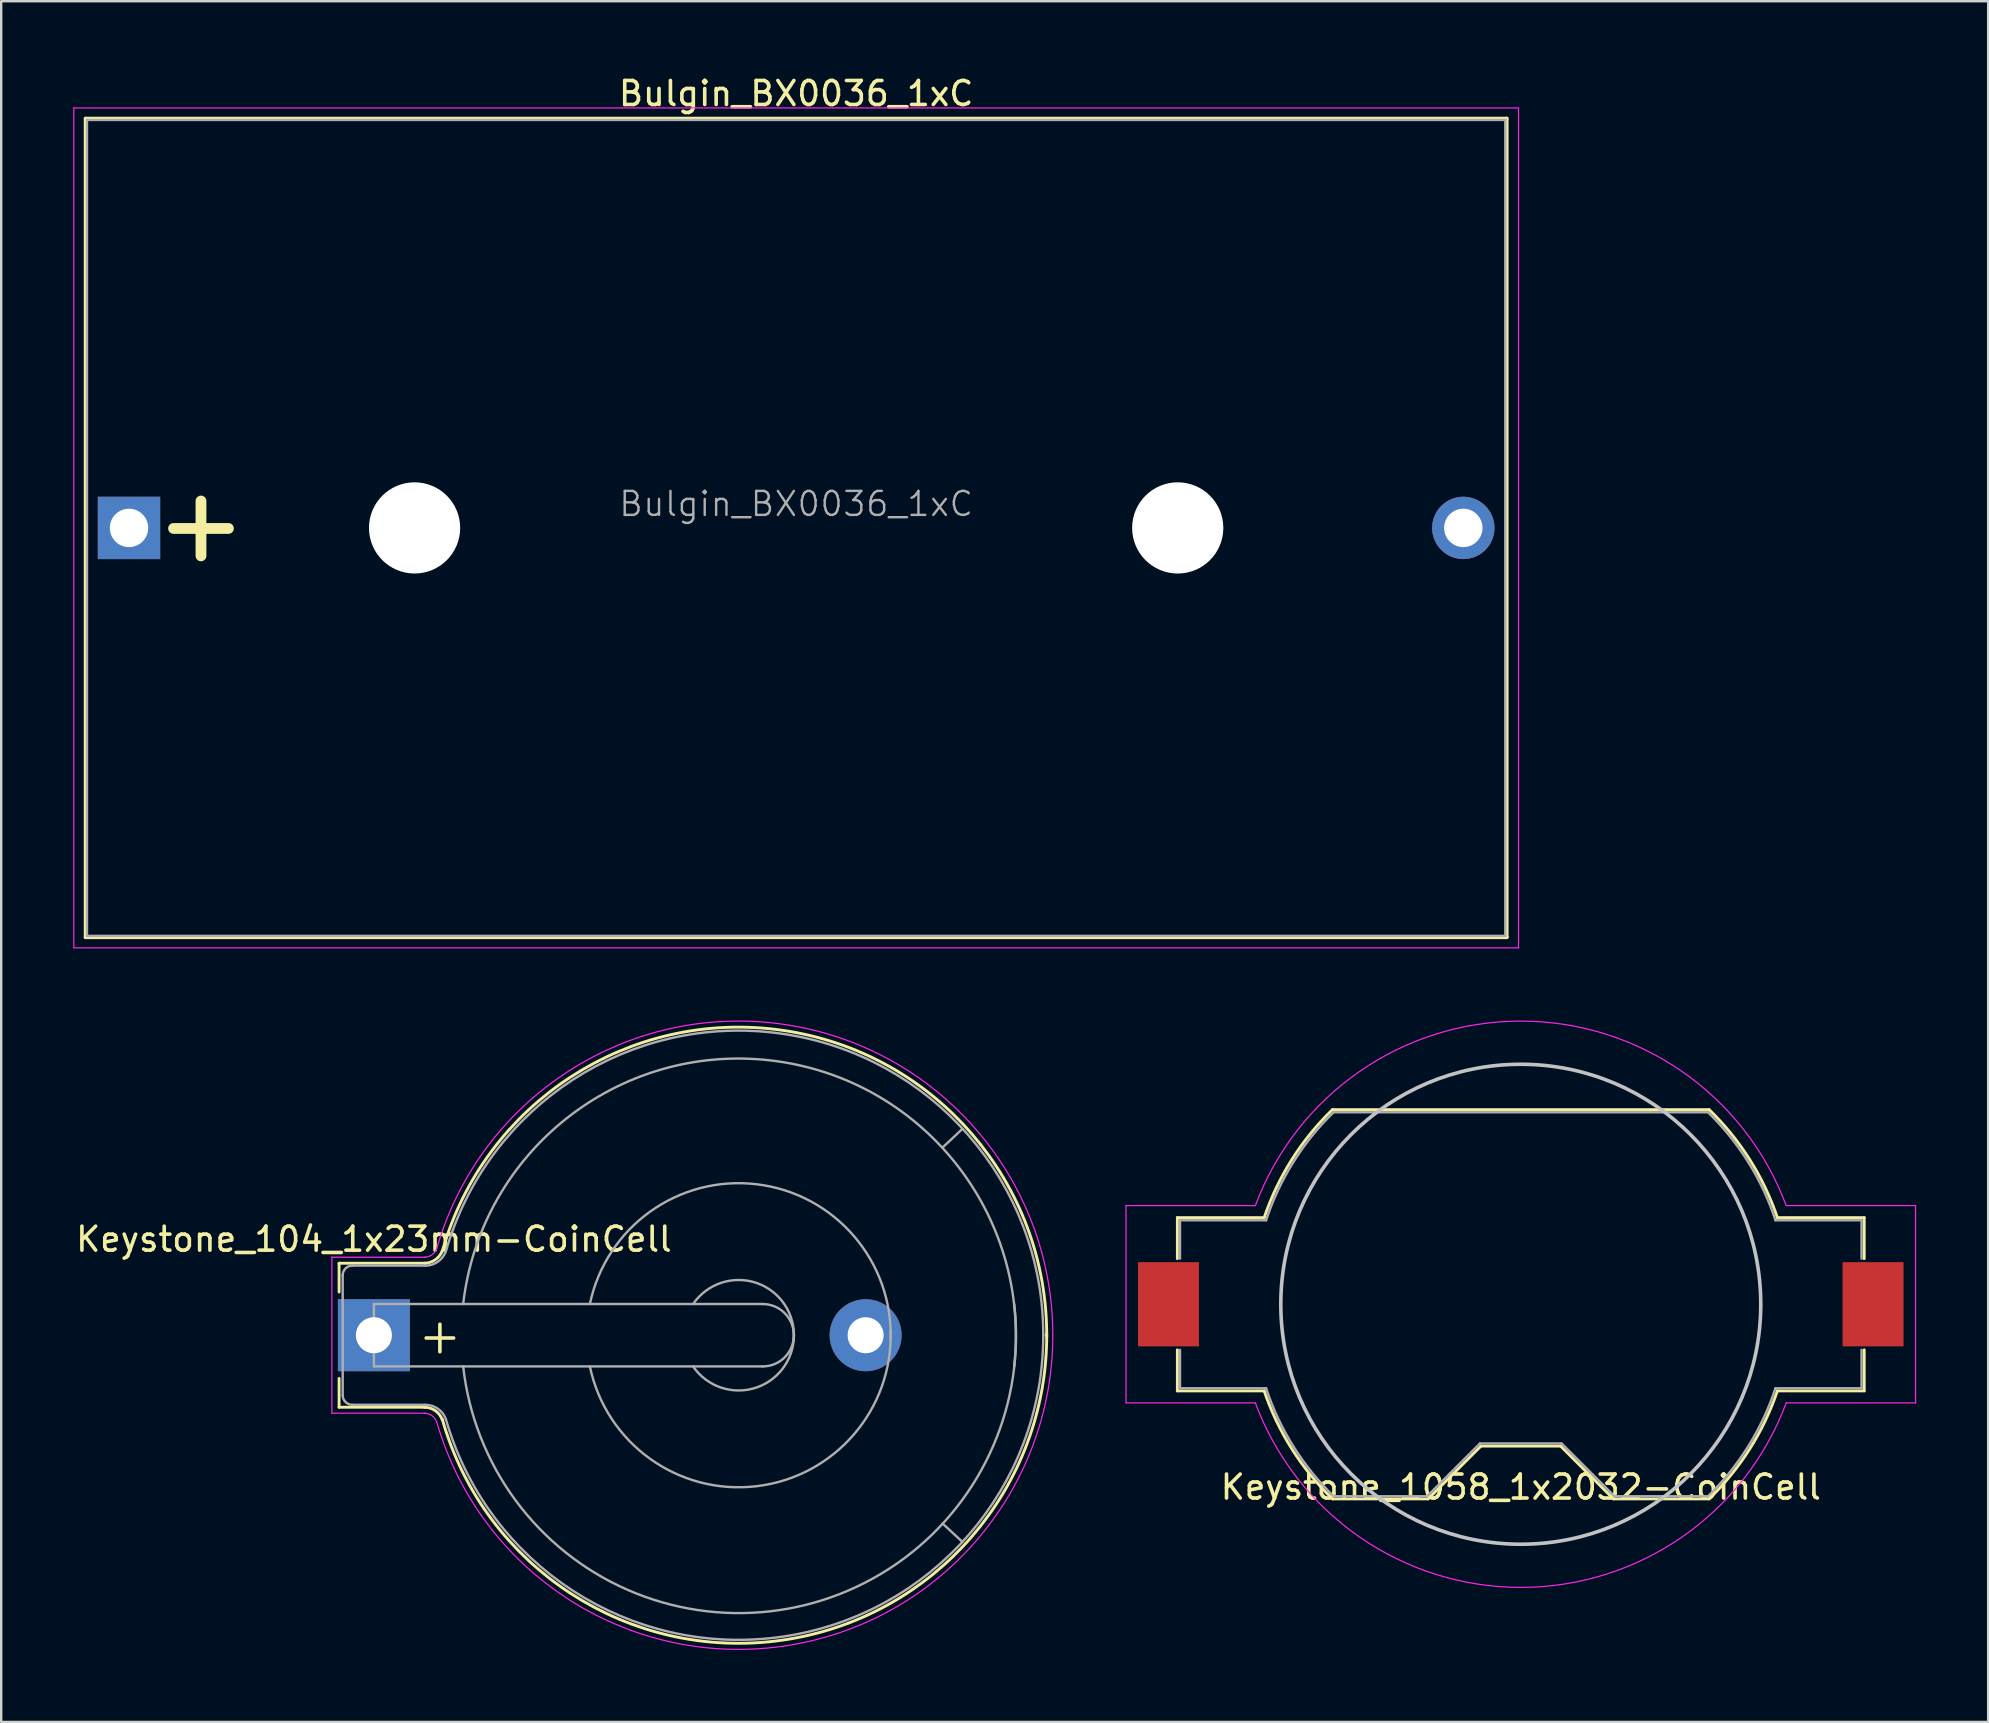
<source format=kicad_pcb>
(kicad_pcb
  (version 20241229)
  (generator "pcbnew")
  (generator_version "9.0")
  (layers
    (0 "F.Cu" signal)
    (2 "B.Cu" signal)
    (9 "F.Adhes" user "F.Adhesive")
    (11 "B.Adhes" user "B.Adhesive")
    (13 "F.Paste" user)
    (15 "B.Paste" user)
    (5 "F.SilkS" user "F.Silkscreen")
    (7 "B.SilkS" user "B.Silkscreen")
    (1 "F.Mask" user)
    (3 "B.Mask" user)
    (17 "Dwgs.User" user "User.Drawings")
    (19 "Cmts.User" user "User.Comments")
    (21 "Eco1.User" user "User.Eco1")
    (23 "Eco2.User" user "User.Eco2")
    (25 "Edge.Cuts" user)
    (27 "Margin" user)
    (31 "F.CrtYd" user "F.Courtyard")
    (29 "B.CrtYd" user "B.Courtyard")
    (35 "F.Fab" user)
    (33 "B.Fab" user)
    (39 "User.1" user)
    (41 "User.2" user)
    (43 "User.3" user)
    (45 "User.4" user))
  (footprint "Keystone_1058_1x2032-CoinCell"
    (layer "F.Cu")
    (at 60.32 51.297)
    (property "Reference" "Keystone_1058_1x2032-CoinCell" (at 0 7.62 0) (layer "F.SilkS") (effects (font (size 1 1) (thickness 0.15))))
    (attr smd)
    (fp_line (start -14.31 -3.61) (end -10.692 -3.61) (stroke (width 0.12) (type solid)) (layer "F.SilkS"))
    (fp_line (start -14.31 -1.9) (end -14.31 -3.61) (stroke (width 0.12) (type solid)) (layer "F.SilkS"))
    (fp_line (start -14.31 1.9) (end -14.31 3.61) (stroke (width 0.12) (type solid)) (layer "F.SilkS"))
    (fp_line (start -10.692 3.61) (end -14.31 3.61) (stroke (width 0.12) (type solid)) (layer "F.SilkS"))
    (fp_line (start -7.847 -8.11) (end 7.847 -8.11) (stroke (width 0.12) (type solid)) (layer "F.SilkS"))
    (fp_line (start -3.86 8.11) (end -7.847 8.11) (stroke (width 0.12) (type solid)) (layer "F.SilkS"))
    (fp_line (start -1.66 5.91) (end -3.86 8.11) (stroke (width 0.12) (type solid)) (layer "F.SilkS"))
    (fp_line (start 1.66 5.91) (end -1.66 5.91) (stroke (width 0.12) (type solid)) (layer "F.SilkS"))
    (fp_line (start 1.66 5.91) (end 3.86 8.11) (stroke (width 0.12) (type solid)) (layer "F.SilkS"))
    (fp_line (start 7.847 8.11) (end 3.86 8.11) (stroke (width 0.12) (type solid)) (layer "F.SilkS"))
    (fp_line (start 10.692 -3.61) (end 14.31 -3.61) (stroke (width 0.12) (type solid)) (layer "F.SilkS"))
    (fp_line (start 14.31 -1.9) (end 14.31 -3.61) (stroke (width 0.12) (type solid)) (layer "F.SilkS"))
    (fp_line (start 14.31 1.9) (end 14.31 3.61) (stroke (width 0.12) (type solid)) (layer "F.SilkS"))
    (fp_line (start 14.31 3.61) (end 10.692 3.61) (stroke (width 0.12) (type solid)) (layer "F.SilkS"))
    (fp_arc (start -10.692 -3.61) (mid -9.538084 -6.031244) (end -7.845371 -8.111789) (stroke (width 0.12) (type solid)) (layer "F.SilkS"))
    (fp_arc (start -7.845371 8.111789) (mid -9.538085 6.031244) (end -10.692 3.61) (stroke (width 0.12) (type solid)) (layer "F.SilkS"))
    (fp_arc (start 7.845371 -8.111789) (mid 9.538085 -6.031244) (end 10.692 -3.61) (stroke (width 0.12) (type solid)) (layer "F.SilkS"))
    (fp_arc (start 10.692 3.61) (mid 9.538084 6.031244) (end 7.845371 8.111789) (stroke (width 0.12) (type solid)) (layer "F.SilkS"))
    (fp_circle (center 0 0) (end 10 0) (stroke (width 0.15) (type solid)) (fill no) (layer "Dwgs.User"))
    (fp_line (start -16.45 -4.11) (end -16.45 4.11) (stroke (width 0.05) (type solid)) (layer "F.CrtYd"))
    (fp_line (start -16.45 -4.11) (end -11.06 -4.11) (stroke (width 0.05) (type solid)) (layer "F.CrtYd"))
    (fp_line (start -16.45 4.11) (end -11.06 4.11) (stroke (width 0.05) (type solid)) (layer "F.CrtYd"))
    (fp_line (start 11.06 4.11) (end 16.45 4.11) (stroke (width 0.05) (type solid)) (layer "F.CrtYd"))
    (fp_line (start 16.45 -4.11) (end 11.06 -4.11) (stroke (width 0.05) (type solid)) (layer "F.CrtYd"))
    (fp_line (start 16.45 4.11) (end 16.45 -4.11) (stroke (width 0.05) (type solid)) (layer "F.CrtYd"))
    (fp_arc (start -11.06 -4.11) (mid -0.002978 -11.79897) (end 11.057924 -4.115582) (stroke (width 0.05) (type solid)) (layer "F.CrtYd"))
    (fp_arc (start 11.06 4.11) (mid 0.002978 11.79897) (end -11.057924 4.115582) (stroke (width 0.05) (type solid)) (layer "F.CrtYd"))
    (fp_line (start -14.2 -3.5) (end -14.2 -1.9) (stroke (width 0.1) (type solid)) (layer "F.Fab"))
    (fp_line (start -14.2 -3.5) (end -10.613 -3.5) (stroke (width 0.1) (type solid)) (layer "F.Fab"))
    (fp_line (start -14.2 1.9) (end -14.2 3.5) (stroke (width 0.1) (type solid)) (layer "F.Fab"))
    (fp_line (start -14.2 3.5) (end -10.613 3.5) (stroke (width 0.1) (type solid)) (layer "F.Fab"))
    (fp_line (start -7.803 -8) (end 7.803 -8) (stroke (width 0.1) (type solid)) (layer "F.Fab"))
    (fp_line (start -3.9 8) (end -7.803 8) (stroke (width 0.1) (type solid)) (layer "F.Fab"))
    (fp_line (start -1.7 5.8) (end -3.9 8) (stroke (width 0.1) (type solid)) (layer "F.Fab"))
    (fp_line (start -1.7 5.8) (end 1.7 5.8) (stroke (width 0.1) (type solid)) (layer "F.Fab"))
    (fp_line (start 1.7 5.8) (end 3.9 8) (stroke (width 0.1) (type solid)) (layer "F.Fab"))
    (fp_line (start 3.9 8) (end 7.803 8) (stroke (width 0.1) (type solid)) (layer "F.Fab"))
    (fp_line (start 10.613 -3.5) (end 14.2 -3.5) (stroke (width 0.1) (type solid)) (layer "F.Fab"))
    (fp_line (start 14.2 -3.5) (end 14.2 -1.9) (stroke (width 0.1) (type solid)) (layer "F.Fab"))
    (fp_line (start 14.2 1.9) (end 14.2 3.5) (stroke (width 0.1) (type solid)) (layer "F.Fab"))
    (fp_line (start 14.2 3.5) (end 10.613 3.5) (stroke (width 0.1) (type solid)) (layer "F.Fab"))
    (fp_arc (start -10.61275 -3.5) (mid -9.478596 -5.919179) (end -7.802602 -7.999992) (stroke (width 0.1) (type solid)) (layer "F.Fab"))
    (fp_arc (start -7.802602 7.999992) (mid -9.478596 5.91918) (end -10.61275 3.5) (stroke (width 0.1) (type solid)) (layer "F.Fab"))
    (fp_arc (start 7.802602 -7.999992) (mid 9.478596 -5.91918) (end 10.61275 -3.5) (stroke (width 0.1) (type solid)) (layer "F.Fab"))
    (fp_arc (start 10.61275 3.5) (mid 9.478596 5.919179) (end 7.802602 7.999992) (stroke (width 0.1) (type solid)) (layer "F.Fab"))
    (pad "1" smd rect (at -14.68 0) (size 2.54 3.51) (layers "F.Cu" "F.Mask" "F.Paste"))
    (pad "2" smd rect (at 14.68 0) (size 2.54 3.51) (layers "F.Cu" "F.Mask" "F.Paste")))
  (footprint "Keystone_104_1x23mm-CoinCell"
    (layer "F.Cu")
    (at 12.53 52.588)
    (property "Reference" "Keystone_104_1x23mm-CoinCell" (at 0 -4 0) (layer "F.SilkS") (effects (font (size 1 1) (thickness 0.15))))
    (attr through_hole)
    (fp_line (start -1.45 -3) (end 2.15 -3) (stroke (width 0.12) (type solid)) (layer "F.SilkS"))
    (fp_line (start -1.45 -1.8) (end -1.45 -3) (stroke (width 0.12) (type solid)) (layer "F.SilkS"))
    (fp_line (start -1.45 1.8) (end -1.45 3) (stroke (width 0.12) (type solid)) (layer "F.SilkS"))
    (fp_line (start -1.45 3) (end 2.15 3) (stroke (width 0.12) (type solid)) (layer "F.SilkS"))
    (fp_arc (start 2.1 3) (mid 2.558861 3.144678) (end 2.851754 3.526384) (stroke (width 0.12) (type solid)) (layer "F.SilkS"))
    (fp_arc (start 2.85 -3.5) (mid 17.002622 -12.709172) (end 28.03617 0.072313) (stroke (width 0.12) (type solid)) (layer "F.SilkS"))
    (fp_arc (start 2.851754 -3.526384) (mid 2.558861 -3.144678) (end 2.1 -3) (stroke (width 0.12) (type solid)) (layer "F.SilkS"))
    (fp_arc (start 28.03617 -0.072313) (mid 17.002622 12.709172) (end 2.85 3.5) (stroke (width 0.12) (type solid)) (layer "F.SilkS"))
    (fp_line (start -1.75 -3.25) (end 2.15 -3.25) (stroke (width 0.05) (type solid)) (layer "F.CrtYd"))
    (fp_line (start -1.75 3.25) (end -1.75 -3.25) (stroke (width 0.05) (type solid)) (layer "F.CrtYd"))
    (fp_line (start -1.75 3.25) (end 2.15 3.25) (stroke (width 0.05) (type solid)) (layer "F.CrtYd"))
    (fp_arc (start 2.1 3.25) (mid 2.415467 3.349466) (end 2.616831 3.611889) (stroke (width 0.05) (type solid)) (layer "F.CrtYd"))
    (fp_arc (start 2.615 -3.6) (mid 17.013472 -12.963547) (end 28.289773 -0.008354) (stroke (width 0.05) (type solid)) (layer "F.CrtYd"))
    (fp_arc (start 2.616831 -3.611889) (mid 2.415467 -3.349466) (end 2.1 -3.25) (stroke (width 0.05) (type solid)) (layer "F.CrtYd"))
    (fp_arc (start 28.289773 0.008354) (mid 17.013472 12.963547) (end 2.615 3.6) (stroke (width 0.05) (type solid)) (layer "F.CrtYd"))
    (fp_line (start -1.3 -2.5) (end -1.3 2.5) (stroke (width 0.1) (type solid)) (layer "F.Fab"))
    (fp_line (start -0.9 2.9) (end 2.15 2.9) (stroke (width 0.1) (type solid)) (layer "F.Fab"))
    (fp_line (start 0 -1.3) (end 0 1.3) (stroke (width 0.1) (type solid)) (layer "F.Fab"))
    (fp_line (start 0 1.3) (end 16.2 1.3) (stroke (width 0.1) (type solid)) (layer "F.Fab"))
    (fp_line (start 2.15 -2.9) (end -0.9 -2.9) (stroke (width 0.1) (type solid)) (layer "F.Fab"))
    (fp_line (start 16.2 -1.3) (end 0 -1.3) (stroke (width 0.1) (type solid)) (layer "F.Fab"))
    (fp_line (start 23.698 7.849) (end 24.526 8.613) (stroke (width 0.1) (type solid)) (layer "F.Fab"))
    (fp_line (start 23.724 -7.849) (end 24.526 -8.601) (stroke (width 0.1) (type solid)) (layer "F.Fab"))
    (fp_arc (start -1.3 -2.5) (mid -1.182843 -2.782843) (end -0.9 -2.9) (stroke (width 0.1) (type solid)) (layer "F.Fab"))
    (fp_arc (start -0.9 2.9) (mid -1.182843 2.782843) (end -1.3 2.5) (stroke (width 0.1) (type solid)) (layer "F.Fab"))
    (fp_arc (start 2.15 2.9) (mid 2.666219 3.062763) (end 2.995723 3.492182) (stroke (width 0.1) (type solid)) (layer "F.Fab"))
    (fp_arc (start 2.995723 -3.492182) (mid 2.666219 -3.062763) (end 2.15 -2.9) (stroke (width 0.1) (type solid)) (layer "F.Fab"))
    (fp_arc (start 3 -3.5) (mid 16.968026 -12.568376) (end 27.892123 0.00164) (stroke (width 0.1) (type solid)) (layer "F.Fab"))
    (fp_arc (start 3.72 -1.3) (mid 16.5 -11.48) (end 26.68 1.3) (stroke (width 0.1) (type solid)) (layer "F.Fab"))
    (fp_arc (start 9 -1.3) (mid 15.954687 -6.28971) (end 21.531551 0.203631) (stroke (width 0.1) (type solid)) (layer "F.Fab"))
    (fp_arc (start 13.3 -1.3) (mid 15.963947 -2.171724) (end 17.495448 0.175833) (stroke (width 0.1) (type solid)) (layer "F.Fab"))
    (fp_arc (start 16.2 -1.3) (mid 17.5 0) (end 16.2 1.3) (stroke (width 0.1) (type solid)) (layer "F.Fab"))
    (fp_arc (start 17.495448 -0.175833) (mid 15.963947 2.171724) (end 13.3 1.3) (stroke (width 0.1) (type solid)) (layer "F.Fab"))
    (fp_arc (start 21.531551 -0.203631) (mid 15.954687 6.28971) (end 9 1.3) (stroke (width 0.1) (type solid)) (layer "F.Fab"))
    (fp_arc (start 26.68 -1.3) (mid 16.5 11.48) (end 3.72 1.3) (stroke (width 0.1) (type solid)) (layer "F.Fab"))
    (fp_arc (start 27.892123 -0.00164) (mid 16.968026 12.568376) (end 3 3.5) (stroke (width 0.1) (type solid)) (layer "F.Fab"))
    (fp_text user "+" (at 2.75 0 0) (layer "F.SilkS") (effects (font (size 1.5 1.5) (thickness 0.15))))
    (pad "1" thru_hole rect (at 0 0) (size 3 3) (drill 1.5) (layers "*.Cu" "*.Mask"))
    (pad "2" thru_hole circle (at 20.49 0) (size 3 3) (drill 1.5) (layers "*.Cu" "*.Mask")))
  (footprint "Bulgin_BX0036_1xC"
    (layer "F.Cu")
    (at 2.325 18.948)
    (property "Reference" "Bulgin_BX0036_1xC" (at 27.8 -18.1 0) (layer "F.SilkS") (effects (font (size 1 1) (thickness 0.15))))
    (attr through_hole)
    (fp_line (start -1.81 -17.06) (end -1.81 17.06) (stroke (width 0.15) (type solid)) (layer "F.SilkS"))
    (fp_line (start -1.81 -17.06) (end 57.41 -17.06) (stroke (width 0.15) (type solid)) (layer "F.SilkS"))
    (fp_line (start -1.81 17.06) (end 57.41 17.06) (stroke (width 0.15) (type solid)) (layer "F.SilkS"))
    (fp_line (start 57.41 -17.06) (end 57.41 17.06) (stroke (width 0.15) (type solid)) (layer "F.SilkS"))
    (fp_line (start -2.3 -17.5) (end 57.9 -17.5) (stroke (width 0.05) (type solid)) (layer "F.CrtYd"))
    (fp_line (start -2.3 17.5) (end -2.3 -17.5) (stroke (width 0.05) (type solid)) (layer "F.CrtYd"))
    (fp_line (start 57.9 -17.5) (end 57.9 17.5) (stroke (width 0.05) (type solid)) (layer "F.CrtYd"))
    (fp_line (start 57.9 17.5) (end -2.3 17.5) (stroke (width 0.05) (type solid)) (layer "F.CrtYd"))
    (fp_line (start -1.75 -17) (end 57.35 -17) (stroke (width 0.1) (type solid)) (layer "F.Fab"))
    (fp_line (start -1.75 17) (end -1.75 -17) (stroke (width 0.1) (type solid)) (layer "F.Fab"))
    (fp_line (start 57.35 -17) (end 57.35 17) (stroke (width 0.1) (type solid)) (layer "F.Fab"))
    (fp_line (start 57.35 17) (end -1.75 17) (stroke (width 0.1) (type solid)) (layer "F.Fab"))
    (fp_text user "+" (at 3 -0.2 0) (layer "F.SilkS") (effects (font (size 3 3) (thickness 0.45))))
    (fp_text user "${REFERENCE}" (at 27.8 -1 0) (layer "F.Fab") (effects (font (size 1 1) (thickness 0.1))))
    (pad "" np_thru_hole circle (at 11.9 0) (size 3.8 3.8) (drill 3.8) (layers "*.Cu" "*.Mask"))
    (pad "" np_thru_hole circle (at 43.7 0) (size 3.8 3.8) (drill 3.8) (layers "*.Cu" "*.Mask"))
    (pad "1" thru_hole rect (at 0 0) (size 2.6 2.6) (drill 1.6) (layers "*.Cu" "*.Mask"))
    (pad "2" thru_hole circle (at 55.6 0) (size 2.6 2.6) (drill 1.6) (layers "*.Cu" "*.Mask")))
  (gr_rect
    (start -3 -3)
    (end 79.795 68.703)
    (stroke (width 0.1) (type default))
    (fill no)
    (layer "Edge.Cuts")))
</source>
